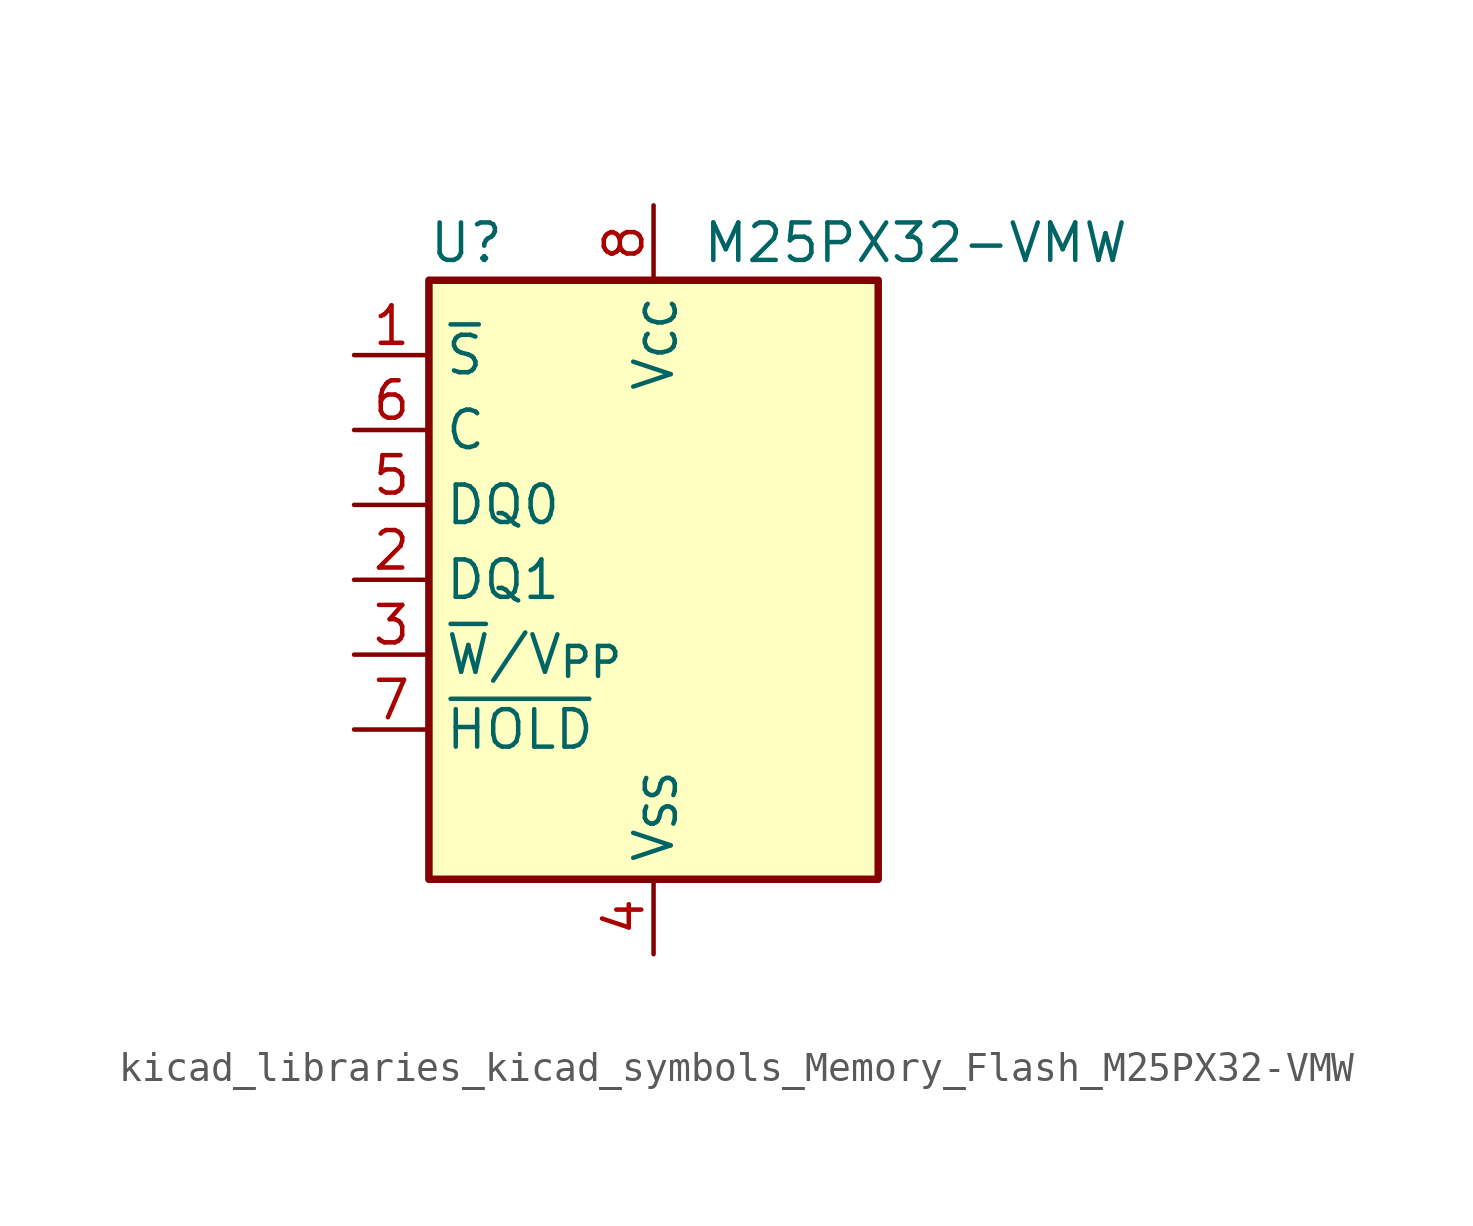
<source format=kicad_sym>
(kicad_symbol_lib
  (version 20220914)
  (generator kicad_symbol_editor)
  (symbol "kicad_libraries_kicad_symbols_Memory_Flash_M25PX32-VMW"
    (property "Reference" "U"
      (at -6.35 11.43 0)
      (effects (font (size 1.27 1.27))))
    (property "Value" "M25PX32-VMW"
      (at 8.89 11.43 0)
      (effects (font (size 1.27 1.27))))
    (symbol "kicad_libraries_kicad_symbols_Memory_Flash_M25PX32-VMW_0_1"
      (rectangle (start -7.62 10.16) (end 7.62 -10.16) (stroke (width 0.254) (type default)) (fill (type background))))
    (symbol "kicad_libraries_kicad_symbols_Memory_Flash_M25PX32-VMW_1_1"
      (pin input line (at -10.16 7.62 0) (length 2.54) (name "~{S}" (effects (font (size 1.27 1.27)))) (number "1" (effects (font (size 1.27 1.27)))))
      (pin bidirectional line (at -10.16 0 0) (length 2.54) (name "DQ1" (effects (font (size 1.27 1.27)))) (number "2" (effects (font (size 1.27 1.27)))))
      (pin input line (at -10.16 -2.54 0) (length 2.54) (name "~{W}/V_{PP}" (effects (font (size 1.27 1.27)))) (number "3" (effects (font (size 1.27 1.27)))))
      (pin power_in line (at 0 -12.7 90) (length 2.54) (name "V_{SS}" (effects (font (size 1.27 1.27)))) (number "4" (effects (font (size 1.27 1.27)))))
      (pin bidirectional line (at -10.16 2.54 0) (length 2.54) (name "DQ0" (effects (font (size 1.27 1.27)))) (number "5" (effects (font (size 1.27 1.27)))))
      (pin input line (at -10.16 5.08 0) (length 2.54) (name "C" (effects (font (size 1.27 1.27)))) (number "6" (effects (font (size 1.27 1.27)))))
      (pin input line (at -10.16 -5.08 0) (length 2.54) (name "~{HOLD}" (effects (font (size 1.27 1.27)))) (number "7" (effects (font (size 1.27 1.27)))))
      (pin power_in line (at 0 12.7 270) (length 2.54) (name "V_{CC}" (effects (font (size 1.27 1.27)))) (number "8" (effects (font (size 1.27 1.27))))))))
</source>
